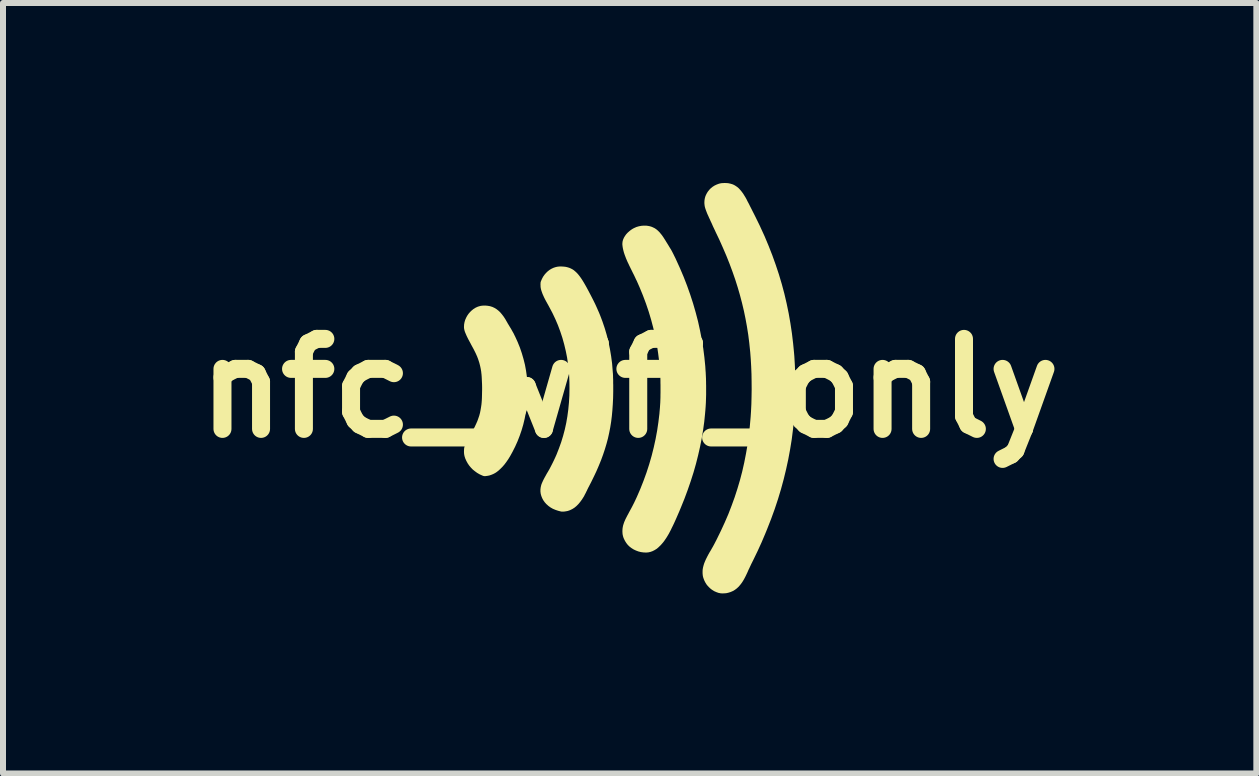
<source format=kicad_pcb>
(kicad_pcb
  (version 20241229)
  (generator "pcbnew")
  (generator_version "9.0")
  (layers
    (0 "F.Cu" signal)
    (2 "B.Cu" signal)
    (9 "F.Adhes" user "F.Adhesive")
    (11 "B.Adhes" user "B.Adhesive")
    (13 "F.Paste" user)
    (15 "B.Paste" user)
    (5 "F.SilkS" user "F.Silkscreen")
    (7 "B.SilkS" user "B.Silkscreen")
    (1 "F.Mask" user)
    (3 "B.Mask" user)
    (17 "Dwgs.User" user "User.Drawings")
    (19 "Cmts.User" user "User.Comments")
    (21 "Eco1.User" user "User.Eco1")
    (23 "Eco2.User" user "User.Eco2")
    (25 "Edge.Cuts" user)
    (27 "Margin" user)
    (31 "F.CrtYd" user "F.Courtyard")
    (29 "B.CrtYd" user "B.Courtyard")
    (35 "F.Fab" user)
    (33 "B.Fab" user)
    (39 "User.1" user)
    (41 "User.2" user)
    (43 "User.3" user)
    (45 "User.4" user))
  (footprint "nfc_wifi_only"
    (layer "F.Cu")
    (at 7.443 3.419)
    (property "Reference" "nfc_wifi_only" (at 0 0 0) (layer "F.SilkS") (effects (font (size 1.5 1.5) (thickness 0.3))))
    (attr board_only exclude_from_pos_files exclude_from_bom)
    (fp_poly (pts (xy -2.371 -1.374) (xy -2.334 -1.368) (xy -2.322 -1.365) (xy -2.287 -1.354) (xy -2.253 -1.338) (xy -2.22 -1.318) (xy -2.189 -1.294) (xy -2.158 -1.265) (xy -2.129 -1.231) (xy -2.1 -1.193) (xy -2.072 -1.15) (xy -2.056 -1.122) (xy -2.049 -1.11) (xy -2.042 -1.098) (xy -2.036 -1.087) (xy -2.032 -1.079) (xy -2.031 -1.078) (xy -2.012 -1.047) (xy -1.996 -1.02) (xy -1.981 -0.996) (xy -1.969 -0.975) (xy -1.958 -0.955) (xy -1.948 -0.937) (xy -1.938 -0.92) (xy -1.929 -0.903) (xy -1.921 -0.885) (xy -1.912 -0.868) (xy -1.909 -0.862) (xy -1.867 -0.77) (xy -1.829 -0.676) (xy -1.797 -0.582) (xy -1.769 -0.486) (xy -1.745 -0.39) (xy -1.727 -0.292) (xy -1.713 -0.193) (xy -1.704 -0.094) (xy -1.7 0.007) (xy -1.701 0.108) (xy -1.706 0.21) (xy -1.717 0.313) (xy -1.731 0.411) (xy -1.75 0.509) (xy -1.773 0.605) (xy -1.801 0.701) (xy -1.833 0.794) (xy -1.869 0.886) (xy -1.909 0.975) (xy -1.953 1.062) (xy -1.989 1.127) (xy -2.021 1.18) (xy -2.054 1.228) (xy -2.087 1.272) (xy -2.121 1.311) (xy -2.156 1.346) (xy -2.19 1.377) (xy -2.225 1.403) (xy -2.244 1.415) (xy -2.275 1.431) (xy -2.307 1.444) (xy -2.34 1.455) (xy -2.372 1.461) (xy -2.403 1.465) (xy -2.414 1.465) (xy -2.423 1.465) (xy -2.43 1.464) (xy -2.438 1.462) (xy -2.447 1.459) (xy -2.459 1.454) (xy -2.501 1.435) (xy -2.542 1.411) (xy -2.579 1.384) (xy -2.615 1.355) (xy -2.647 1.322) (xy -2.676 1.287) (xy -2.701 1.25) (xy -2.722 1.211) (xy -2.74 1.171) (xy -2.753 1.13) (xy -2.755 1.118) (xy -2.758 1.103) (xy -2.76 1.085) (xy -2.761 1.065) (xy -2.761 1.044) (xy -2.76 1.024) (xy -2.759 1.007) (xy -2.758 0.999) (xy -2.754 0.981) (xy -2.749 0.962) (xy -2.742 0.943) (xy -2.734 0.922) (xy -2.723 0.899) (xy -2.71 0.873) (xy -2.695 0.845) (xy -2.677 0.814) (xy -2.664 0.793) (xy -2.633 0.739) (xy -2.604 0.687) (xy -2.579 0.638) (xy -2.557 0.591) (xy -2.537 0.545) (xy -2.521 0.5) (xy -2.506 0.456) (xy -2.494 0.411) (xy -2.485 0.366) (xy -2.477 0.319) (xy -2.47 0.271) (xy -2.467 0.24) (xy -2.464 0.202) (xy -2.462 0.161) (xy -2.461 0.118) (xy -2.46 0.073) (xy -2.459 0.027) (xy -2.459 -0.019) (xy -2.46 -0.065) (xy -2.462 -0.11) (xy -2.464 -0.153) (xy -2.466 -0.193) (xy -2.469 -0.23) (xy -2.473 -0.263) (xy -2.473 -0.269) (xy -2.482 -0.323) (xy -2.493 -0.375) (xy -2.506 -0.425) (xy -2.522 -0.474) (xy -2.528 -0.492) (xy -2.536 -0.512) (xy -2.543 -0.531) (xy -2.552 -0.55) (xy -2.56 -0.569) (xy -2.57 -0.59) (xy -2.581 -0.612) (xy -2.593 -0.636) (xy -2.607 -0.663) (xy -2.623 -0.692) (xy -2.641 -0.725) (xy -2.648 -0.739) (xy -2.669 -0.778) (xy -2.688 -0.813) (xy -2.704 -0.845) (xy -2.718 -0.874) (xy -2.729 -0.9) (xy -2.739 -0.923) (xy -2.747 -0.944) (xy -2.753 -0.964) (xy -2.757 -0.982) (xy -2.76 -0.999) (xy -2.761 -1.015) (xy -2.761 -1.025) (xy -2.759 -1.063) (xy -2.752 -1.101) (xy -2.741 -1.138) (xy -2.726 -1.173) (xy -2.707 -1.208) (xy -2.685 -1.24) (xy -2.66 -1.269) (xy -2.632 -1.296) (xy -2.602 -1.32) (xy -2.57 -1.34) (xy -2.536 -1.356) (xy -2.515 -1.363) (xy -2.482 -1.372) (xy -2.446 -1.376) (xy -2.409 -1.377)) (stroke (width 0) (type solid)) (fill yes) (layer "F.SilkS"))
    (fp_poly (pts (xy -1.099 -2.026) (xy -1.065 -2.022) (xy -1.036 -2.015) (xy -1.009 -2.007) (xy -0.983 -1.996) (xy -0.957 -1.983) (xy -0.932 -1.967) (xy -0.908 -1.947) (xy -0.884 -1.925) (xy -0.86 -1.899) (xy -0.836 -1.869) (xy -0.812 -1.836) (xy -0.787 -1.798) (xy -0.762 -1.757) (xy -0.735 -1.71) (xy -0.722 -1.687) (xy -0.688 -1.624) (xy -0.657 -1.565) (xy -0.628 -1.509) (xy -0.601 -1.456) (xy -0.576 -1.405) (xy -0.553 -1.355) (xy -0.532 -1.307) (xy -0.511 -1.26) (xy -0.492 -1.213) (xy -0.474 -1.166) (xy -0.456 -1.118) (xy -0.454 -1.113) (xy -0.416 -1.001) (xy -0.382 -0.886) (xy -0.353 -0.77) (xy -0.329 -0.653) (xy -0.309 -0.534) (xy -0.293 -0.413) (xy -0.285 -0.315) (xy -0.283 -0.289) (xy -0.281 -0.265) (xy -0.279 -0.243) (xy -0.278 -0.223) (xy -0.277 -0.202) (xy -0.277 -0.182) (xy -0.276 -0.16) (xy -0.275 -0.136) (xy -0.275 -0.11) (xy -0.275 -0.08) (xy -0.274 -0.056) (xy -0.274 0.055) (xy -0.276 0.163) (xy -0.281 0.267) (xy -0.288 0.367) (xy -0.297 0.465) (xy -0.309 0.561) (xy -0.324 0.654) (xy -0.342 0.747) (xy -0.362 0.837) (xy -0.386 0.927) (xy -0.413 1.017) (xy -0.443 1.107) (xy -0.476 1.197) (xy -0.513 1.288) (xy -0.553 1.381) (xy -0.597 1.474) (xy -0.644 1.57) (xy -0.666 1.612) (xy -0.675 1.63) (xy -0.684 1.647) (xy -0.692 1.662) (xy -0.698 1.675) (xy -0.703 1.685) (xy -0.707 1.692) (xy -0.708 1.695) (xy -0.708 1.695) (xy -0.709 1.698) (xy -0.712 1.705) (xy -0.717 1.714) (xy -0.723 1.726) (xy -0.729 1.739) (xy -0.736 1.753) (xy -0.744 1.767) (xy -0.751 1.781) (xy -0.757 1.793) (xy -0.762 1.803) (xy -0.766 1.809) (xy -0.795 1.855) (xy -0.825 1.896) (xy -0.856 1.933) (xy -0.888 1.965) (xy -0.921 1.992) (xy -0.956 2.014) (xy -0.991 2.031) (xy -1.009 2.038) (xy -1.033 2.046) (xy -1.059 2.051) (xy -1.084 2.055) (xy -1.108 2.057) (xy -1.129 2.057) (xy -1.144 2.055) (xy -1.191 2.043) (xy -1.236 2.028) (xy -1.279 2.01) (xy -1.318 1.988) (xy -1.354 1.962) (xy -1.386 1.933) (xy -1.39 1.93) (xy -1.417 1.899) (xy -1.44 1.866) (xy -1.458 1.832) (xy -1.472 1.797) (xy -1.482 1.761) (xy -1.487 1.724) (xy -1.487 1.686) (xy -1.482 1.648) (xy -1.473 1.611) (xy -1.471 1.605) (xy -1.463 1.584) (xy -1.452 1.559) (xy -1.439 1.531) (xy -1.422 1.498) (xy -1.402 1.462) (xy -1.38 1.422) (xy -1.359 1.387) (xy -1.335 1.345) (xy -1.311 1.299) (xy -1.286 1.25) (xy -1.261 1.199) (xy -1.237 1.147) (xy -1.218 1.104) (xy -1.178 1.002) (xy -1.141 0.899) (xy -1.109 0.794) (xy -1.081 0.688) (xy -1.057 0.579) (xy -1.038 0.468) (xy -1.023 0.356) (xy -1.012 0.241) (xy -1.005 0.124) (xy -1.003 0.004) (xy -1.004 -0.094) (xy -1.006 -0.15) (xy -1.008 -0.203) (xy -1.012 -0.255) (xy -1.016 -0.306) (xy -1.022 -0.358) (xy -1.027 -0.4) (xy -1.043 -0.511) (xy -1.065 -0.621) (xy -1.091 -0.73) (xy -1.121 -0.838) (xy -1.156 -0.944) (xy -1.195 -1.049) (xy -1.239 -1.152) (xy -1.287 -1.253) (xy -1.339 -1.351) (xy -1.349 -1.37) (xy -1.372 -1.411) (xy -1.393 -1.449) (xy -1.411 -1.483) (xy -1.427 -1.515) (xy -1.44 -1.544) (xy -1.452 -1.571) (xy -1.461 -1.596) (xy -1.469 -1.619) (xy -1.476 -1.642) (xy -1.48 -1.659) (xy -1.482 -1.671) (xy -1.484 -1.682) (xy -1.485 -1.695) (xy -1.485 -1.71) (xy -1.486 -1.723) (xy -1.486 -1.737) (xy -1.485 -1.748) (xy -1.485 -1.757) (xy -1.484 -1.764) (xy -1.482 -1.771) (xy -1.48 -1.778) (xy -1.478 -1.784) (xy -1.462 -1.821) (xy -1.443 -1.857) (xy -1.42 -1.89) (xy -1.394 -1.92) (xy -1.365 -1.948) (xy -1.334 -1.972) (xy -1.3 -1.992) (xy -1.265 -2.008) (xy -1.23 -2.019) (xy -1.201 -2.025) (xy -1.169 -2.028) (xy -1.134 -2.028)) (stroke (width 0) (type solid)) (fill yes) (layer "F.SilkS"))
    (fp_poly (pts (xy 0.281 -2.708) (xy 0.309 -2.704) (xy 0.335 -2.699) (xy 0.359 -2.692) (xy 0.382 -2.683) (xy 0.392 -2.678) (xy 0.415 -2.667) (xy 0.435 -2.654) (xy 0.454 -2.64) (xy 0.474 -2.622) (xy 0.482 -2.614) (xy 0.494 -2.602) (xy 0.505 -2.59) (xy 0.515 -2.577) (xy 0.526 -2.564) (xy 0.538 -2.549) (xy 0.55 -2.532) (xy 0.563 -2.513) (xy 0.577 -2.491) (xy 0.593 -2.466) (xy 0.61 -2.438) (xy 0.63 -2.406) (xy 0.635 -2.398) (xy 0.646 -2.38) (xy 0.656 -2.363) (xy 0.665 -2.348) (xy 0.674 -2.334) (xy 0.681 -2.322) (xy 0.686 -2.314) (xy 0.688 -2.312) (xy 0.693 -2.303) (xy 0.699 -2.291) (xy 0.708 -2.275) (xy 0.717 -2.257) (xy 0.728 -2.236) (xy 0.739 -2.213) (xy 0.751 -2.189) (xy 0.763 -2.165) (xy 0.772 -2.145) (xy 0.838 -2) (xy 0.9 -1.854) (xy 0.957 -1.707) (xy 1.009 -1.56) (xy 1.057 -1.412) (xy 1.1 -1.263) (xy 1.139 -1.114) (xy 1.172 -0.964) (xy 1.201 -0.814) (xy 1.226 -0.665) (xy 1.245 -0.515) (xy 1.26 -0.365) (xy 1.263 -0.314) (xy 1.265 -0.286) (xy 1.267 -0.262) (xy 1.268 -0.239) (xy 1.269 -0.218) (xy 1.27 -0.197) (xy 1.271 -0.177) (xy 1.272 -0.155) (xy 1.272 -0.132) (xy 1.273 -0.107) (xy 1.273 -0.078) (xy 1.274 -0.045) (xy 1.274 -0.035) (xy 1.274 0.039) (xy 1.274 0.109) (xy 1.272 0.177) (xy 1.27 0.242) (xy 1.266 0.308) (xy 1.261 0.373) (xy 1.255 0.439) (xy 1.248 0.508) (xy 1.243 0.558) (xy 1.224 0.696) (xy 1.201 0.835) (xy 1.173 0.976) (xy 1.141 1.117) (xy 1.105 1.26) (xy 1.064 1.404) (xy 1.018 1.548) (xy 0.968 1.693) (xy 0.914 1.839) (xy 0.855 1.985) (xy 0.826 2.055) (xy 0.802 2.11) (xy 0.78 2.161) (xy 0.759 2.208) (xy 0.739 2.252) (xy 0.72 2.292) (xy 0.702 2.328) (xy 0.686 2.362) (xy 0.669 2.394) (xy 0.654 2.423) (xy 0.638 2.45) (xy 0.623 2.475) (xy 0.608 2.499) (xy 0.592 2.522) (xy 0.577 2.544) (xy 0.561 2.565) (xy 0.558 2.569) (xy 0.546 2.583) (xy 0.532 2.599) (xy 0.517 2.616) (xy 0.5 2.632) (xy 0.484 2.648) (xy 0.469 2.661) (xy 0.455 2.673) (xy 0.448 2.678) (xy 0.414 2.699) (xy 0.38 2.716) (xy 0.346 2.728) (xy 0.31 2.736) (xy 0.274 2.739) (xy 0.235 2.737) (xy 0.232 2.737) (xy 0.187 2.731) (xy 0.144 2.72) (xy 0.104 2.705) (xy 0.066 2.687) (xy 0.031 2.665) (xy -0.002 2.64) (xy -0.031 2.612) (xy -0.056 2.58) (xy -0.078 2.545) (xy -0.085 2.531) (xy -0.098 2.504) (xy -0.107 2.48) (xy -0.113 2.457) (xy -0.118 2.433) (xy -0.12 2.408) (xy -0.121 2.383) (xy -0.12 2.357) (xy -0.118 2.333) (xy -0.114 2.31) (xy -0.109 2.286) (xy -0.101 2.261) (xy -0.092 2.234) (xy -0.088 2.224) (xy -0.082 2.211) (xy -0.076 2.196) (xy -0.069 2.181) (xy -0.06 2.163) (xy -0.05 2.144) (xy -0.039 2.122) (xy -0.025 2.097) (xy -0.01 2.068) (xy 0.002 2.046) (xy 0.04 1.976) (xy 0.076 1.905) (xy 0.108 1.837) (xy 0.117 1.818) (xy 0.177 1.68) (xy 0.231 1.543) (xy 0.281 1.405) (xy 0.326 1.266) (xy 0.366 1.127) (xy 0.401 0.988) (xy 0.432 0.847) (xy 0.458 0.706) (xy 0.479 0.564) (xy 0.496 0.422) (xy 0.498 0.397) (xy 0.501 0.362) (xy 0.504 0.329) (xy 0.506 0.299) (xy 0.508 0.269) (xy 0.51 0.24) (xy 0.511 0.211) (xy 0.512 0.18) (xy 0.513 0.148) (xy 0.513 0.114) (xy 0.514 0.077) (xy 0.514 0.035) (xy 0.514 0.013) (xy 0.514 -0.023) (xy 0.514 -0.055) (xy 0.513 -0.084) (xy 0.513 -0.109) (xy 0.513 -0.133) (xy 0.512 -0.155) (xy 0.512 -0.176) (xy 0.511 -0.198) (xy 0.509 -0.219) (xy 0.508 -0.242) (xy 0.506 -0.267) (xy 0.505 -0.295) (xy 0.504 -0.303) (xy 0.492 -0.444) (xy 0.474 -0.585) (xy 0.453 -0.725) (xy 0.426 -0.864) (xy 0.394 -1.002) (xy 0.358 -1.139) (xy 0.317 -1.276) (xy 0.271 -1.412) (xy 0.22 -1.548) (xy 0.165 -1.682) (xy 0.117 -1.791) (xy 0.109 -1.806) (xy 0.1 -1.825) (xy 0.09 -1.847) (xy 0.079 -1.87) (xy 0.067 -1.895) (xy 0.054 -1.92) (xy 0.042 -1.945) (xy 0.035 -1.959) (xy 0.019 -1.991) (xy 0.006 -2.018) (xy -0.006 -2.042) (xy -0.016 -2.064) (xy -0.025 -2.083) (xy -0.034 -2.101) (xy -0.041 -2.117) (xy -0.048 -2.133) (xy -0.055 -2.15) (xy -0.062 -2.166) (xy -0.067 -2.18) (xy -0.083 -2.222) (xy -0.096 -2.261) (xy -0.106 -2.299) (xy -0.114 -2.335) (xy -0.119 -2.368) (xy -0.122 -2.397) (xy -0.121 -2.422) (xy -0.117 -2.451) (xy -0.108 -2.48) (xy -0.095 -2.509) (xy -0.078 -2.537) (xy -0.058 -2.565) (xy -0.034 -2.591) (xy -0.007 -2.615) (xy 0.022 -2.638) (xy 0.053 -2.658) (xy 0.072 -2.668) (xy 0.112 -2.686) (xy 0.153 -2.698) (xy 0.195 -2.706) (xy 0.237 -2.709)) (stroke (width 0) (type solid)) (fill yes) (layer "F.SilkS"))
    (fp_poly (pts (xy 1.595 -3.419) (xy 1.616 -3.418) (xy 1.635 -3.417) (xy 1.648 -3.415) (xy 1.68 -3.408) (xy 1.711 -3.399) (xy 1.739 -3.387) (xy 1.766 -3.371) (xy 1.792 -3.353) (xy 1.818 -3.331) (xy 1.842 -3.305) (xy 1.867 -3.275) (xy 1.892 -3.241) (xy 1.916 -3.202) (xy 1.931 -3.178) (xy 1.935 -3.17) (xy 1.942 -3.158) (xy 1.95 -3.143) (xy 1.959 -3.124) (xy 1.97 -3.103) (xy 1.983 -3.079) (xy 1.996 -3.053) (xy 2.01 -3.025) (xy 2.025 -2.996) (xy 2.04 -2.966) (xy 2.055 -2.936) (xy 2.071 -2.905) (xy 2.086 -2.875) (xy 2.101 -2.845) (xy 2.115 -2.816) (xy 2.129 -2.788) (xy 2.141 -2.763) (xy 2.153 -2.739) (xy 2.163 -2.718) (xy 2.172 -2.7) (xy 2.177 -2.688) (xy 2.249 -2.531) (xy 2.315 -2.373) (xy 2.377 -2.215) (xy 2.434 -2.056) (xy 2.487 -1.896) (xy 2.535 -1.735) (xy 2.578 -1.574) (xy 2.616 -1.411) (xy 2.65 -1.246) (xy 2.679 -1.08) (xy 2.704 -0.913) (xy 2.724 -0.744) (xy 2.738 -0.601) (xy 2.744 -0.531) (xy 2.748 -0.464) (xy 2.752 -0.398) (xy 2.755 -0.333) (xy 2.758 -0.267) (xy 2.76 -0.2) (xy 2.761 -0.131) (xy 2.761 -0.059) (xy 2.761 0.017) (xy 2.761 0.037) (xy 2.76 0.074) (xy 2.76 0.107) (xy 2.76 0.136) (xy 2.759 0.163) (xy 2.759 0.187) (xy 2.758 0.21) (xy 2.757 0.231) (xy 2.757 0.252) (xy 2.756 0.274) (xy 2.755 0.296) (xy 2.753 0.321) (xy 2.752 0.347) (xy 2.752 0.348) (xy 2.739 0.516) (xy 2.722 0.684) (xy 2.701 0.851) (xy 2.674 1.018) (xy 2.643 1.185) (xy 2.607 1.351) (xy 2.567 1.516) (xy 2.522 1.682) (xy 2.472 1.848) (xy 2.417 2.014) (xy 2.357 2.179) (xy 2.292 2.345) (xy 2.261 2.421) (xy 2.2 2.565) (xy 2.134 2.71) (xy 2.063 2.857) (xy 2.045 2.893) (xy 2.034 2.915) (xy 2.023 2.937) (xy 2.013 2.959) (xy 2.003 2.98) (xy 1.994 3) (xy 1.986 3.016) (xy 1.981 3.026) (xy 1.962 3.07) (xy 1.944 3.108) (xy 1.927 3.143) (xy 1.91 3.175) (xy 1.894 3.203) (xy 1.878 3.229) (xy 1.862 3.252) (xy 1.845 3.274) (xy 1.828 3.294) (xy 1.818 3.306) (xy 1.787 3.335) (xy 1.754 3.36) (xy 1.718 3.381) (xy 1.681 3.397) (xy 1.642 3.409) (xy 1.615 3.415) (xy 1.6 3.417) (xy 1.583 3.418) (xy 1.565 3.419) (xy 1.548 3.42) (xy 1.532 3.419) (xy 1.52 3.419) (xy 1.517 3.418) (xy 1.48 3.411) (xy 1.444 3.398) (xy 1.408 3.382) (xy 1.373 3.36) (xy 1.362 3.352) (xy 1.35 3.343) (xy 1.337 3.331) (xy 1.323 3.318) (xy 1.309 3.303) (xy 1.296 3.289) (xy 1.285 3.276) (xy 1.281 3.27) (xy 1.259 3.235) (xy 1.241 3.198) (xy 1.227 3.159) (xy 1.22 3.132) (xy 1.217 3.109) (xy 1.215 3.083) (xy 1.215 3.055) (xy 1.216 3.027) (xy 1.22 3.001) (xy 1.222 2.99) (xy 1.23 2.958) (xy 1.24 2.924) (xy 1.254 2.889) (xy 1.27 2.852) (xy 1.29 2.812) (xy 1.312 2.77) (xy 1.338 2.724) (xy 1.34 2.722) (xy 1.354 2.698) (xy 1.368 2.673) (xy 1.383 2.647) (xy 1.398 2.62) (xy 1.414 2.59) (xy 1.431 2.557) (xy 1.45 2.52) (xy 1.453 2.514) (xy 1.521 2.375) (xy 1.585 2.236) (xy 1.645 2.097) (xy 1.699 1.957) (xy 1.75 1.816) (xy 1.796 1.674) (xy 1.838 1.532) (xy 1.876 1.387) (xy 1.909 1.241) (xy 1.938 1.093) (xy 1.964 0.943) (xy 1.985 0.791) (xy 2.002 0.636) (xy 2.016 0.479) (xy 2.022 0.389) (xy 2.028 0.266) (xy 2.031 0.141) (xy 2.033 0.015) (xy 2.032 -0.111) (xy 2.03 -0.237) (xy 2.025 -0.361) (xy 2.018 -0.483) (xy 2.009 -0.601) (xy 2.007 -0.619) (xy 1.993 -0.755) (xy 1.976 -0.89) (xy 1.955 -1.023) (xy 1.931 -1.155) (xy 1.904 -1.286) (xy 1.873 -1.417) (xy 1.839 -1.547) (xy 1.801 -1.678) (xy 1.76 -1.808) (xy 1.714 -1.94) (xy 1.665 -2.072) (xy 1.612 -2.205) (xy 1.554 -2.34) (xy 1.493 -2.477) (xy 1.434 -2.6) (xy 1.425 -2.62) (xy 1.416 -2.639) (xy 1.407 -2.658) (xy 1.399 -2.675) (xy 1.392 -2.689) (xy 1.387 -2.701) (xy 1.384 -2.707) (xy 1.38 -2.716) (xy 1.375 -2.728) (xy 1.368 -2.744) (xy 1.36 -2.761) (xy 1.351 -2.78) (xy 1.342 -2.799) (xy 1.341 -2.803) (xy 1.323 -2.841) (xy 1.308 -2.875) (xy 1.294 -2.905) (xy 1.283 -2.933) (xy 1.274 -2.957) (xy 1.266 -2.979) (xy 1.259 -3) (xy 1.254 -3.018) (xy 1.25 -3.036) (xy 1.248 -3.053) (xy 1.246 -3.069) (xy 1.245 -3.086) (xy 1.245 -3.097) (xy 1.247 -3.133) (xy 1.253 -3.167) (xy 1.263 -3.201) (xy 1.278 -3.234) (xy 1.28 -3.238) (xy 1.3 -3.272) (xy 1.324 -3.303) (xy 1.351 -3.331) (xy 1.382 -3.356) (xy 1.415 -3.377) (xy 1.451 -3.394) (xy 1.489 -3.408) (xy 1.52 -3.415) (xy 1.535 -3.417) (xy 1.553 -3.418) (xy 1.574 -3.419)) (stroke (width 0) (type solid)) (fill yes) (layer "F.SilkS")))
  (gr_rect
    (start -3 -3)
    (end 17.886 9.839)
    (stroke (width 0.1) (type default))
    (fill no)
    (layer "Edge.Cuts")))
</source>
